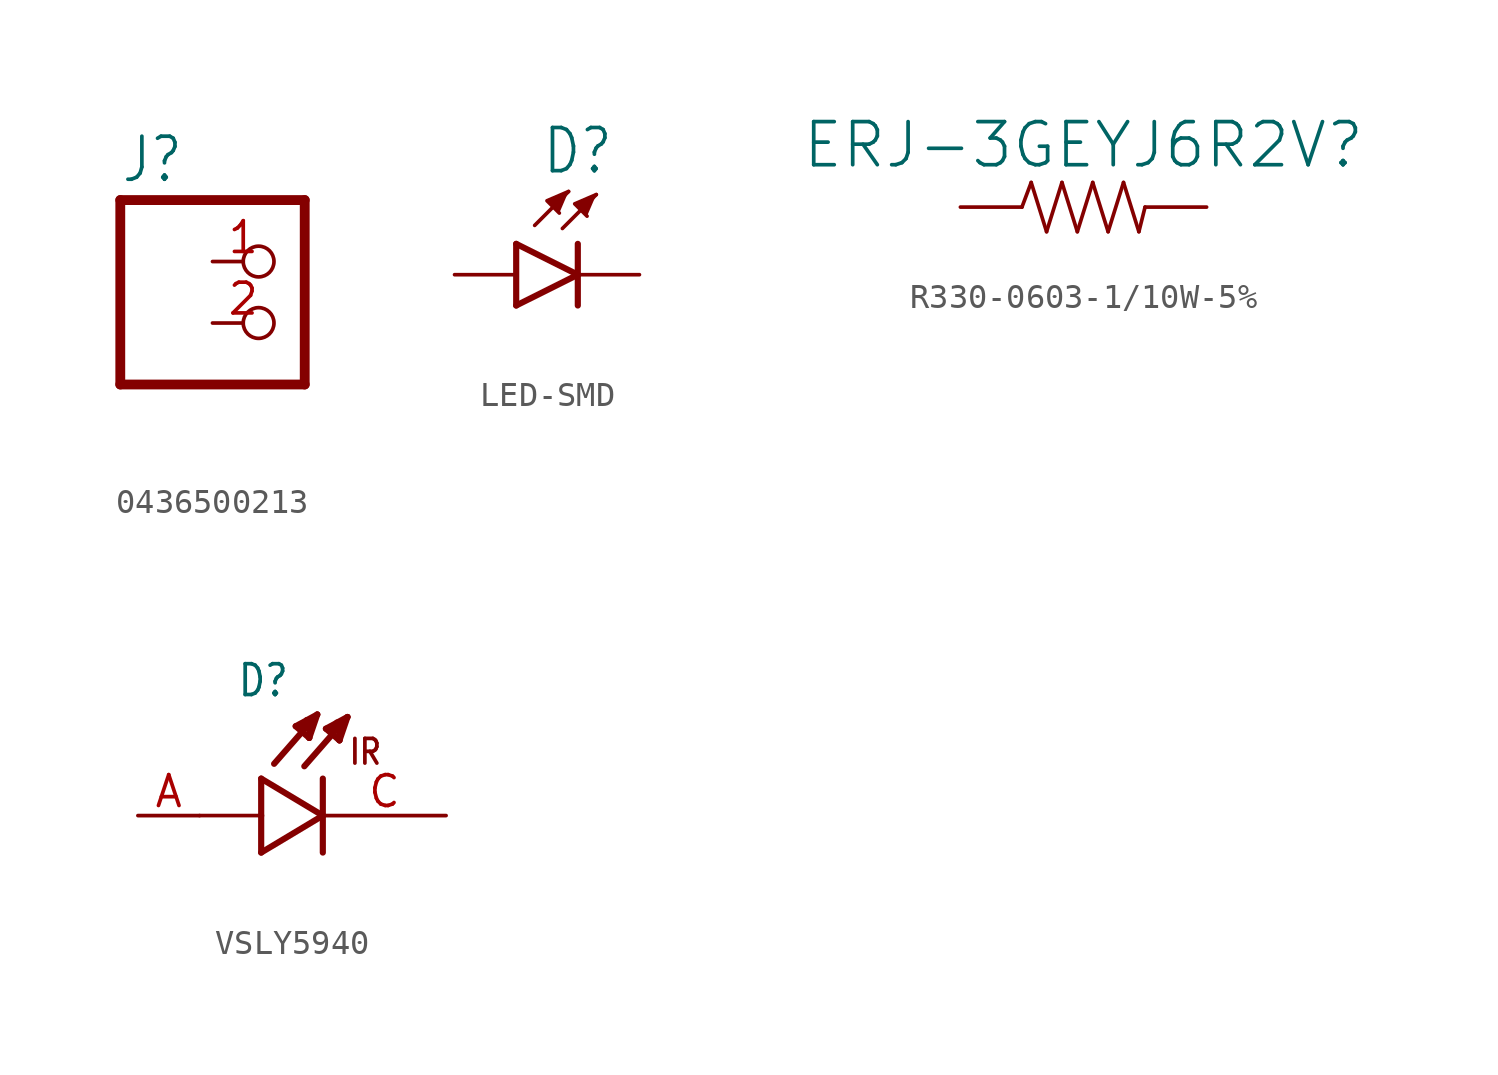
<source format=kicad_sym>
(kicad_symbol_lib
  (version 20231120)
  (generator "kicad_symbol_editor")
  (generator_version "8.0")
  (symbol "0436500213"
    (property "Reference" "J"
      (at -6.35 5.715 0)
      (effects (font (size 1.778 1.511)) (justify left bottom)))
    (property "Value" ""
      (at -6.35 -5.08 0)
      (effects (font (size 1.778 1.511)) (justify left bottom)))
    (property "ki_locked" ""
      (at 0 0 0)
      (effects (font (size 1.27 1.27))))
    (symbol "0436500213_1_0"
      (polyline (pts (xy -6.35 -2.54) (xy 1.27 -2.54)) (stroke (width 0.406) (type solid)) (fill (type none)))
      (polyline (pts (xy -6.35 5.08) (xy -6.35 -2.54)) (stroke (width 0.406) (type solid)) (fill (type none)))
      (polyline (pts (xy 1.27 -2.54) (xy 1.27 5.08)) (stroke (width 0.406) (type solid)) (fill (type none)))
      (polyline (pts (xy 1.27 5.08) (xy -6.35 5.08)) (stroke (width 0.406) (type solid)) (fill (type none)))
      (pin passive inverted (at -2.54 2.54 0) (length 2.54) (name "1" (effects (font (size 0 0)))) (number "1" (effects (font (size 1.27 1.27)))))
      (pin passive inverted (at -2.54 0 0) (length 2.54) (name "2" (effects (font (size 0 0)))) (number "2" (effects (font (size 1.27 1.27)))))))
  (symbol "LED-SMD"
    (property "Reference" "D"
      (at 0 4.064 0)
      (effects (font (size 1.778 1.511)) (justify bottom)))
    (property "Value" ""
      (at 0 -2.54 0)
      (effects (font (size 1.778 1.511)) (justify top)))
    (property "ki_locked" ""
      (at 0 0 0)
      (effects (font (size 1.27 1.27))))
    (symbol "LED-SMD_1_0"
      (polyline (pts (xy -2.54 -1.27) (xy -2.54 1.27)) (stroke (width 0.254) (type solid)) (fill (type none)))
      (polyline (pts (xy -2.54 -1.27) (xy 0 0)) (stroke (width 0.254) (type solid)) (fill (type none)))
      (polyline (pts (xy -1.778 2.032) (xy -0.381 3.429)) (stroke (width 0.152) (type solid)) (fill (type none)))
      (polyline (pts (xy -0.635 1.905) (xy 0.762 3.302)) (stroke (width 0.152) (type solid)) (fill (type none)))
      (polyline (pts (xy 0 -1.27) (xy 0 0)) (stroke (width 0.254) (type solid)) (fill (type none)))
      (polyline (pts (xy 0 0) (xy -2.54 1.27)) (stroke (width 0.254) (type solid)) (fill (type none)))
      (polyline (pts (xy 0 0) (xy 0 1.27)) (stroke (width 0.254) (type solid)) (fill (type none)))
      (polyline (pts (xy -0.381 3.429) (xy -1.27 3.048) (xy -0.762 2.54)) (stroke (width 0.152) (type solid)) (fill (type outline)))
      (polyline (pts (xy 0.762 3.302) (xy -0.127 2.921) (xy 0.381 2.413)) (stroke (width 0.152) (type solid)) (fill (type outline)))
      (pin passive line (at -5.08 0 0) (length 2.54) (name "A" (effects (font (size 0 0)))) (number "A" (effects (font (size 0 0)))))
      (pin passive line (at 2.54 0 180) (length 2.54) (name "C" (effects (font (size 0 0)))) (number "C" (effects (font (size 0 0)))))))
  (symbol "R330-0603-1/10W-5%"
    (property "Reference" "ERJ-3GEYJ6R2V"
      (at 0 1.524 0)
      (effects (font (size 1.778 1.778)) (justify bottom)))
    (property "Value" ""
      (at 0 -1.524 0)
      (effects (font (size 1.778 1.778)) (justify top)))
    (property "ki_locked" ""
      (at 0 0 0)
      (effects (font (size 1.27 1.27))))
    (symbol "R330-0603-1/10W-5%_1_0"
      (polyline (pts (xy -2.54 0) (xy -2.159 1.016)) (stroke (width 0.152) (type solid)) (fill (type none)))
      (polyline (pts (xy -2.159 1.016) (xy -1.524 -1.016)) (stroke (width 0.152) (type solid)) (fill (type none)))
      (polyline (pts (xy -1.524 -1.016) (xy -0.889 1.016)) (stroke (width 0.152) (type solid)) (fill (type none)))
      (polyline (pts (xy -0.889 1.016) (xy -0.254 -1.016)) (stroke (width 0.152) (type solid)) (fill (type none)))
      (polyline (pts (xy -0.254 -1.016) (xy 0.381 1.016)) (stroke (width 0.152) (type solid)) (fill (type none)))
      (polyline (pts (xy 0.381 1.016) (xy 1.016 -1.016)) (stroke (width 0.152) (type solid)) (fill (type none)))
      (polyline (pts (xy 1.016 -1.016) (xy 1.651 1.016)) (stroke (width 0.152) (type solid)) (fill (type none)))
      (polyline (pts (xy 1.651 1.016) (xy 2.286 -1.016)) (stroke (width 0.152) (type solid)) (fill (type none)))
      (polyline (pts (xy 2.286 -1.016) (xy 2.54 0)) (stroke (width 0.152) (type solid)) (fill (type none)))
      (pin passive line (at -5.08 0 0) (length 2.54) (name "1" (effects (font (size 0 0)))) (number "1" (effects (font (size 0 0)))))
      (pin passive line (at 5.08 0 180) (length 2.54) (name "2" (effects (font (size 0 0)))) (number "2" (effects (font (size 0 0)))))))
  (symbol "VSLY5940"
    (property "Reference" "D"
      (at -3.556 4.826 0)
      (effects (font (size 1.27 1.079)) (justify left bottom)))
    (property "Value" ""
      (at -3.556 -3.302 0)
      (effects (font (size 1.27 1.079)) (justify left bottom)))
    (property "ki_locked" ""
      (at 0 0 0)
      (effects (font (size 1.27 1.27))))
    (symbol "VSLY5940_1_0"
      (polyline (pts (xy -2.54 -1.524) (xy 0 0)) (stroke (width 0.254) (type solid)) (fill (type none)))
      (polyline (pts (xy -2.54 0) (xy -5.08 0)) (stroke (width 0.152) (type solid)) (fill (type none)))
      (polyline (pts (xy -2.54 0) (xy -2.54 -1.524)) (stroke (width 0.254) (type solid)) (fill (type none)))
      (polyline (pts (xy -2.54 1.524) (xy -2.54 0)) (stroke (width 0.254) (type solid)) (fill (type none)))
      (polyline (pts (xy -1.118 3.683) (xy -0.229 4.166)) (stroke (width 0.254) (type solid)) (fill (type none)))
      (polyline (pts (xy -0.94 3.607) (xy -0.711 3.759)) (stroke (width 0.254) (type solid)) (fill (type none)))
      (polyline (pts (xy -0.559 3.2) (xy -1.118 3.683)) (stroke (width 0.254) (type solid)) (fill (type none)))
      (polyline (pts (xy -0.559 3.2) (xy -0.533 3.937)) (stroke (width 0.254) (type solid)) (fill (type none)))
      (polyline (pts (xy -0.533 3.937) (xy -0.66 3.937)) (stroke (width 0.254) (type solid)) (fill (type none)))
      (polyline (pts (xy -0.229 4.166) (xy -2.007 2.134)) (stroke (width 0.254) (type solid)) (fill (type none)))
      (polyline (pts (xy -0.229 4.166) (xy -0.559 3.2)) (stroke (width 0.254) (type solid)) (fill (type none)))
      (polyline (pts (xy 0 0) (xy -2.54 1.524)) (stroke (width 0.254) (type solid)) (fill (type none)))
      (polyline (pts (xy 0 1.524) (xy 0 -1.524)) (stroke (width 0.254) (type solid)) (fill (type none)))
      (polyline (pts (xy 0.127 3.581) (xy 1.016 4.064)) (stroke (width 0.254) (type solid)) (fill (type none)))
      (polyline (pts (xy 0.305 3.505) (xy 0.533 3.658)) (stroke (width 0.254) (type solid)) (fill (type none)))
      (polyline (pts (xy 0.686 3.099) (xy 0.127 3.581)) (stroke (width 0.254) (type solid)) (fill (type none)))
      (polyline (pts (xy 0.686 3.099) (xy 0.711 3.835)) (stroke (width 0.254) (type solid)) (fill (type none)))
      (polyline (pts (xy 0.711 3.835) (xy 0.584 3.835)) (stroke (width 0.254) (type solid)) (fill (type none)))
      (polyline (pts (xy 1.016 4.064) (xy -0.762 2.032)) (stroke (width 0.254) (type solid)) (fill (type none)))
      (polyline (pts (xy 1.016 4.064) (xy 0.686 3.099)) (stroke (width 0.254) (type solid)) (fill (type none)))
      (text "IR" (at 1.016 2.032 0) (effects (font (size 1.016 0.864)) (justify left bottom)))
      (pin passive line (at -7.62 0 0) (length 2.54) (name "A" (effects (font (size 0 0)))) (number "A" (effects (font (size 1.27 1.27)))))
      (pin passive line (at 5.08 0 180) (length 5.08) (name "C" (effects (font (size 0 0)))) (number "C" (effects (font (size 1.27 1.27))))))))
</source>
